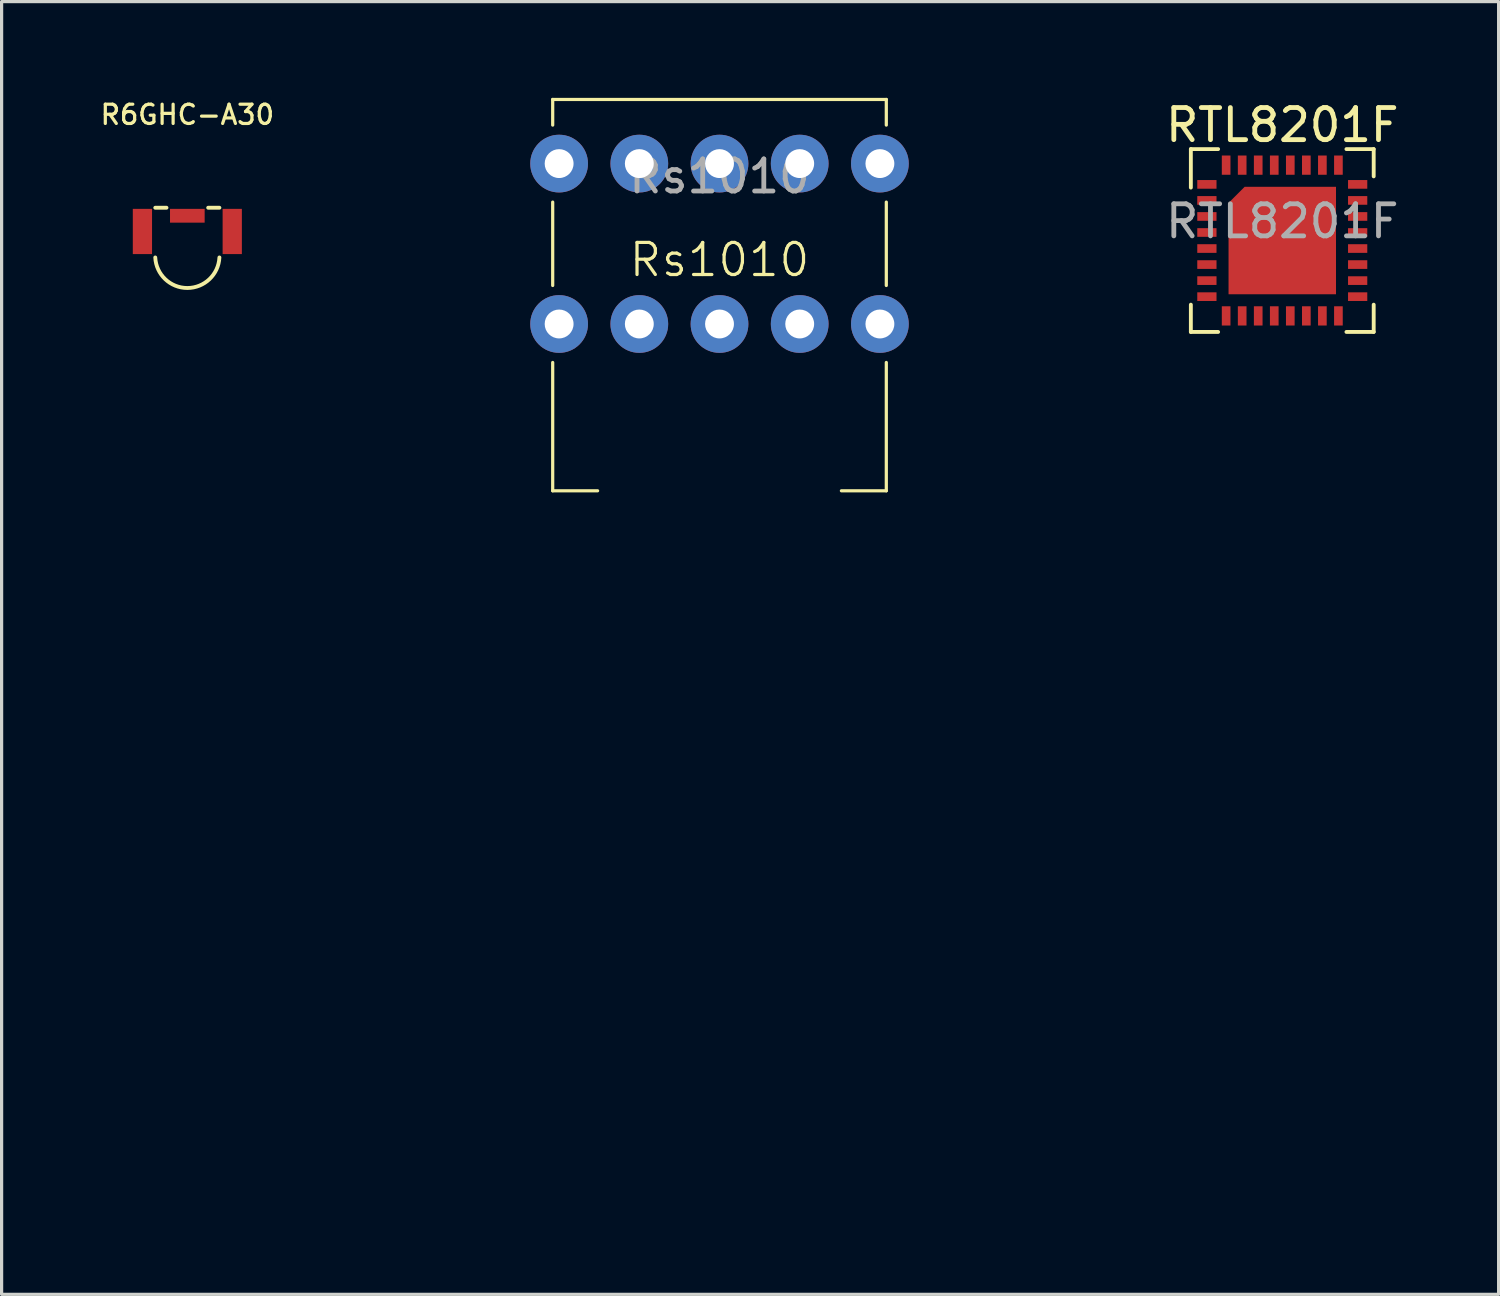
<source format=kicad_pcb>
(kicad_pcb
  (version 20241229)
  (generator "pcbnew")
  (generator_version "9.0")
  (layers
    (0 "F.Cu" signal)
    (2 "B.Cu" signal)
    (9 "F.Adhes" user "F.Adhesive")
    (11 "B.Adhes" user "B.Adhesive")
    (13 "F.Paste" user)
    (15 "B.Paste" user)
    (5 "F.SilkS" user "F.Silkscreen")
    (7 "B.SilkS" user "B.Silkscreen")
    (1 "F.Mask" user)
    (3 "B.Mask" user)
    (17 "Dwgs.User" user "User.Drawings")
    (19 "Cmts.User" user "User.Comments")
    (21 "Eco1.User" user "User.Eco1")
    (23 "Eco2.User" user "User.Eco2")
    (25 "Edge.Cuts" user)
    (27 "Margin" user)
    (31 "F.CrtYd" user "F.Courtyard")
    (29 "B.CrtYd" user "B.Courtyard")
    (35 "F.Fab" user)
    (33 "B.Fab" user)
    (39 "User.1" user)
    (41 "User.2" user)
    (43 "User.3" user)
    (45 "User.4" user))
  (footprint "R6GHC-A30"
    (layer "F.Cu")
    (at 2.79 3.676)
    (property "Reference" "R6GHC-A30" (at 0 -3.15 0) (layer "F.SilkS") (effects (font (size 0.6 0.6) (thickness 0.1))))
    (attr through_hole)
    (fp_line (start -0.65 -0.25) (end -1 -0.25) (stroke (width 0.12) (type solid)) (layer "F.SilkS"))
    (fp_line (start 1 -0.25) (end 0.65 -0.25) (stroke (width 0.12) (type solid)) (layer "F.SilkS"))
    (fp_arc (start 0.999999 1.300001) (mid -0.000001 2.251248) (end -0.999999 1.299999) (stroke (width 0.12) (type solid)) (layer "F.SilkS"))
    (pad "1" smd rect (at -1.4 0.49) (size 0.6 1.41) (layers "F.Cu" "F.Mask" "F.Paste"))
    (pad "2" smd rect (at 0 0) (size 1.08 0.43) (layers "F.Cu" "F.Mask" "F.Paste"))
    (pad "3" smd rect (at 1.4 0.49) (size 0.6 1.41) (layers "F.Cu" "F.Mask" "F.Paste")))
  (footprint "Rs1010"
    (layer "F.Cu")
    (at 19.38 7.05)
    (property "Reference" "Rs1010" (at 0 -2 0) (unlocked yes) (layer "F.SilkS") (effects (font (size 1 1) (thickness 0.1))))
    (attr through_hole)
    (fp_line (start -5.2 -7) (end 5.2 -7) (stroke (width 0.1) (type default)) (layer "F.SilkS"))
    (fp_line (start -5.2 -6.2) (end -5.2 -7) (stroke (width 0.1) (type default)) (layer "F.SilkS"))
    (fp_line (start -5.2 -1.2) (end -5.2 -3.8) (stroke (width 0.1) (type default)) (layer "F.SilkS"))
    (fp_line (start -5.2 1.2) (end -5.2 5.2) (stroke (width 0.1) (type default)) (layer "F.SilkS"))
    (fp_line (start -5.2 5.2) (end -3.8 5.2) (stroke (width 0.1) (type default)) (layer "F.SilkS"))
    (fp_line (start 3.8 5.2) (end 5.2 5.2) (stroke (width 0.1) (type default)) (layer "F.SilkS"))
    (fp_line (start 5.2 -7) (end 5.2 -6.2) (stroke (width 0.1) (type default)) (layer "F.SilkS"))
    (fp_line (start 5.2 -1.2) (end 5.2 -3.8) (stroke (width 0.1) (type default)) (layer "F.SilkS"))
    (fp_line (start 5.2 5.2) (end 5.2 1.2) (stroke (width 0.1) (type default)) (layer "F.SilkS"))
    (fp_line (start -5 -6.8) (end -5 5) (stroke (width 0.1) (type default)) (layer "Eco1.User"))
    (fp_line (start -5 -6.8) (end 5 -6.8) (stroke (width 0.1) (type default)) (layer "Eco1.User"))
    (fp_line (start -5 5) (end 5 5) (stroke (width 0.1) (type default)) (layer "Eco1.User"))
    (fp_line (start -3.5 5) (end -3.5 11) (stroke (width 0.1) (type default)) (layer "Eco1.User"))
    (fp_line (start -3.5 11) (end 3.5 11) (stroke (width 0.1) (type default)) (layer "Eco1.User"))
    (fp_line (start -3 11) (end -3 20) (stroke (width 0.1) (type default)) (layer "Eco1.User"))
    (fp_line (start -3 20) (end 3 20) (stroke (width 0.1) (type default)) (layer "Eco1.User"))
    (fp_line (start -2.6 19.6) (end -2.6 12.2) (stroke (width 0.1) (type default)) (layer "Eco1.User"))
    (fp_line (start -2 19.6) (end -2 12.2) (stroke (width 0.1) (type default)) (layer "Eco1.User"))
    (fp_line (start -1.2 19.6) (end -1.2 12.2) (stroke (width 0.1) (type default)) (layer "Eco1.User"))
    (fp_line (start 0 19.6) (end 0 12.2) (stroke (width 0.1) (type default)) (layer "Eco1.User"))
    (fp_line (start 1.2 19.6) (end 1.2 12.2) (stroke (width 0.1) (type default)) (layer "Eco1.User"))
    (fp_line (start 2 19.6) (end 2 12.2) (stroke (width 0.1) (type default)) (layer "Eco1.User"))
    (fp_line (start 2.6 19.6) (end 2.6 12.2) (stroke (width 0.1) (type default)) (layer "Eco1.User"))
    (fp_line (start 3 11) (end 3 20) (stroke (width 0.1) (type default)) (layer "Eco1.User"))
    (fp_line (start 3.5 5) (end 3.5 11) (stroke (width 0.1) (type default)) (layer "Eco1.User"))
    (fp_line (start 5 -6.8) (end 5 5) (stroke (width 0.1) (type default)) (layer "Eco1.User"))
    (fp_line (start -10.75 10.2) (end -10.75 27.2) (stroke (width 0.1) (type default)) (layer "Eco2.User"))
    (fp_line (start -10.75 10.2) (end -4 10.2) (stroke (width 0.1) (type default)) (layer "Eco2.User"))
    (fp_line (start -10.75 27.2) (end 10.75 27.2) (stroke (width 0.1) (type default)) (layer "Eco2.User"))
    (fp_line (start -4 10.2) (end -4 12) (stroke (width 0.1) (type default)) (layer "Eco2.User"))
    (fp_line (start -4 10.2) (end 4 10.2) (stroke (width 0.1) (type default)) (layer "Eco2.User"))
    (fp_line (start -4 12) (end -3 12) (stroke (width 0.1) (type default)) (layer "Eco2.User"))
    (fp_line (start -3 12) (end -3 20) (stroke (width 0.1) (type default)) (layer "Eco2.User"))
    (fp_line (start -3 20) (end 3 20) (stroke (width 0.1) (type default)) (layer "Eco2.User"))
    (fp_line (start 3 12) (end 4 12) (stroke (width 0.1) (type default)) (layer "Eco2.User"))
    (fp_line (start 3 20) (end 3 12) (stroke (width 0.1) (type default)) (layer "Eco2.User"))
    (fp_line (start 4 10.2) (end 10.75 10.2) (stroke (width 0.1) (type default)) (layer "Eco2.User"))
    (fp_line (start 4 12) (end 4 10.2) (stroke (width 0.1) (type default)) (layer "Eco2.User"))
    (fp_line (start 10.75 10.2) (end 10.75 27.2) (stroke (width 0.1) (type default)) (layer "Eco2.User"))
    (fp_text user "${REFERENCE}" (at 0 -4.6 0) (unlocked yes) (layer "F.Fab") (effects (font (size 1 1) (thickness 0.15))))
    (pad "A1" thru_hole circle (at -5 -5) (size 1.8 1.8) (drill 0.9) (layers "*.Cu" "*.Mask"))
    (pad "A2" thru_hole circle (at -2.5 -5) (size 1.8 1.8) (drill 0.9) (layers "*.Cu" "*.Mask"))
    (pad "A3" thru_hole circle (at 0 -5) (size 1.8 1.8) (drill 0.9) (layers "*.Cu" "*.Mask"))
    (pad "A4" thru_hole circle (at 2.5 -5) (size 1.8 1.8) (drill 0.9) (layers "*.Cu" "*.Mask"))
    (pad "A5" thru_hole circle (at 5 -5) (size 1.8 1.8) (drill 0.9) (layers "*.Cu" "*.Mask"))
    (pad "B1" thru_hole circle (at -5 0) (size 1.8 1.8) (drill 0.9) (layers "*.Cu" "*.Mask"))
    (pad "B2" thru_hole circle (at -2.5 0) (size 1.8 1.8) (drill 0.9) (layers "*.Cu" "*.Mask"))
    (pad "B3" thru_hole circle (at 0 0) (size 1.8 1.8) (drill 0.9) (layers "*.Cu" "*.Mask"))
    (pad "B4" thru_hole circle (at 2.5 0) (size 1.8 1.8) (drill 0.9) (layers "*.Cu" "*.Mask"))
    (pad "B5" thru_hole circle (at 5 0) (size 1.8 1.8) (drill 0.9) (layers "*.Cu" "*.Mask")))
  (footprint "RTL8201F"
    (layer "F.Cu")
    (at 36.924 4.448)
    (property "Reference" "RTL8201F" (at 0 -3.6 0) (unlocked yes) (layer "F.SilkS") (effects (font (size 1 1) (thickness 0.15))))
    (attr smd)
    (fp_line (start -2.85 -2.85) (end -2.85 -1.65) (stroke (width 0.12) (type default)) (layer "F.SilkS"))
    (fp_line (start -2.85 2) (end -2.85 2.85) (stroke (width 0.12) (type default)) (layer "F.SilkS"))
    (fp_line (start -2 -2.85) (end -2.85 -2.85) (stroke (width 0.12) (type default)) (layer "F.SilkS"))
    (fp_line (start -2 2.85) (end -2.85 2.85) (stroke (width 0.12) (type default)) (layer "F.SilkS"))
    (fp_line (start 2 -2.85) (end 2.85 -2.85) (stroke (width 0.12) (type default)) (layer "F.SilkS"))
    (fp_line (start 2 2.85) (end 2.85 2.85) (stroke (width 0.12) (type default)) (layer "F.SilkS"))
    (fp_line (start 2.85 -2) (end 2.85 -2.85) (stroke (width 0.12) (type default)) (layer "F.SilkS"))
    (fp_line (start 2.85 2) (end 2.85 2.85) (stroke (width 0.12) (type default)) (layer "F.SilkS"))
    (fp_rect (start -2.5 -2.5) (end 2.5 2.5) (stroke (width 0.12) (type default)) (fill no) (layer "Eco1.User"))
    (fp_text user "${REFERENCE}" (at 0 -0.6 0) (unlocked yes) (layer "F.Fab") (effects (font (size 1 1) (thickness 0.15))))
    (pad "1" smd rect (at -2.35 -1.75 270) (size 0.27 0.6) (layers "F.Cu" "F.Mask" "F.Paste"))
    (pad "2" smd rect (at -2.35 -1.25 270) (size 0.27 0.6) (layers "F.Cu" "F.Mask" "F.Paste"))
    (pad "3" smd rect (at -2.35 -0.75 270) (size 0.27 0.6) (layers "F.Cu" "F.Mask" "F.Paste"))
    (pad "4" smd rect (at -2.35 -0.25 270) (size 0.27 0.6) (layers "F.Cu" "F.Mask" "F.Paste"))
    (pad "5" smd rect (at -2.35 0.25 270) (size 0.27 0.6) (layers "F.Cu" "F.Mask" "F.Paste"))
    (pad "6" smd rect (at -2.35 0.75 270) (size 0.27 0.6) (layers "F.Cu" "F.Mask" "F.Paste"))
    (pad "7" smd rect (at -2.35 1.25 270) (size 0.27 0.6) (layers "F.Cu" "F.Mask" "F.Paste"))
    (pad "8" smd rect (at -2.35 1.75 270) (size 0.27 0.6) (layers "F.Cu" "F.Mask" "F.Paste"))
    (pad "9" smd rect (at -1.75 2.35 180) (size 0.27 0.6) (layers "F.Cu" "F.Mask" "F.Paste"))
    (pad "10" smd rect (at -1.25 2.35 180) (size 0.27 0.6) (layers "F.Cu" "F.Mask" "F.Paste"))
    (pad "11" smd rect (at -0.75 2.35 180) (size 0.27 0.6) (layers "F.Cu" "F.Mask" "F.Paste"))
    (pad "12" smd rect (at -0.25 2.35 180) (size 0.27 0.6) (layers "F.Cu" "F.Mask" "F.Paste"))
    (pad "13" smd rect (at 0.25 2.35 180) (size 0.27 0.6) (layers "F.Cu" "F.Mask" "F.Paste"))
    (pad "14" smd rect (at 0.75 2.35 180) (size 0.27 0.6) (layers "F.Cu" "F.Mask" "F.Paste"))
    (pad "15" smd rect (at 1.25 2.35 180) (size 0.27 0.6) (layers "F.Cu" "F.Mask" "F.Paste"))
    (pad "16" smd rect (at 1.75 2.35 180) (size 0.27 0.6) (layers "F.Cu" "F.Mask" "F.Paste"))
    (pad "17" smd rect (at 2.35 1.75 270) (size 0.27 0.6) (layers "F.Cu" "F.Mask" "F.Paste"))
    (pad "18" smd rect (at 2.35 1.25 270) (size 0.27 0.6) (layers "F.Cu" "F.Mask" "F.Paste"))
    (pad "19" smd rect (at 2.35 0.75 270) (size 0.27 0.6) (layers "F.Cu" "F.Mask" "F.Paste"))
    (pad "20" smd rect (at 2.35 0.25 270) (size 0.27 0.6) (layers "F.Cu" "F.Mask" "F.Paste"))
    (pad "21" smd rect (at 2.35 -0.25 270) (size 0.27 0.6) (layers "F.Cu" "F.Mask" "F.Paste"))
    (pad "22" smd rect (at 2.35 -0.75 270) (size 0.27 0.6) (layers "F.Cu" "F.Mask" "F.Paste"))
    (pad "23" smd rect (at 2.35 -1.25 270) (size 0.27 0.6) (layers "F.Cu" "F.Mask" "F.Paste"))
    (pad "24" smd rect (at 2.35 -1.75 270) (size 0.27 0.6) (layers "F.Cu" "F.Mask" "F.Paste"))
    (pad "25" smd rect (at 1.75 -2.35 180) (size 0.27 0.6) (layers "F.Cu" "F.Mask" "F.Paste"))
    (pad "26" smd rect (at 1.25 -2.35 180) (size 0.27 0.6) (layers "F.Cu" "F.Mask" "F.Paste"))
    (pad "27" smd rect (at 0.75 -2.35 180) (size 0.27 0.6) (layers "F.Cu" "F.Mask" "F.Paste"))
    (pad "28" smd rect (at 0.25 -2.35 180) (size 0.27 0.6) (layers "F.Cu" "F.Mask" "F.Paste"))
    (pad "29" smd rect (at -0.25 -2.35 180) (size 0.27 0.6) (layers "F.Cu" "F.Mask" "F.Paste"))
    (pad "30" smd rect (at -0.75 -2.35 180) (size 0.27 0.6) (layers "F.Cu" "F.Mask" "F.Paste"))
    (pad "31" smd rect (at -1.25 -2.35 180) (size 0.27 0.6) (layers "F.Cu" "F.Mask" "F.Paste"))
    (pad "32" smd rect (at -1.75 -2.35 180) (size 0.27 0.6) (layers "F.Cu" "F.Mask" "F.Paste"))
    (pad "33" smd roundrect (at 0 0) (size 3.35 3.35) (layers "F.Cu" "F.Mask" "F.Paste") (roundrect_rratio 0) (chamfer_ratio 0.15) (chamfer top_left)))
  (gr_rect
    (start -3 -3)
    (end 43.668 37.3)
    (stroke (width 0.1) (type default))
    (fill no)
    (layer "Edge.Cuts")))
</source>
